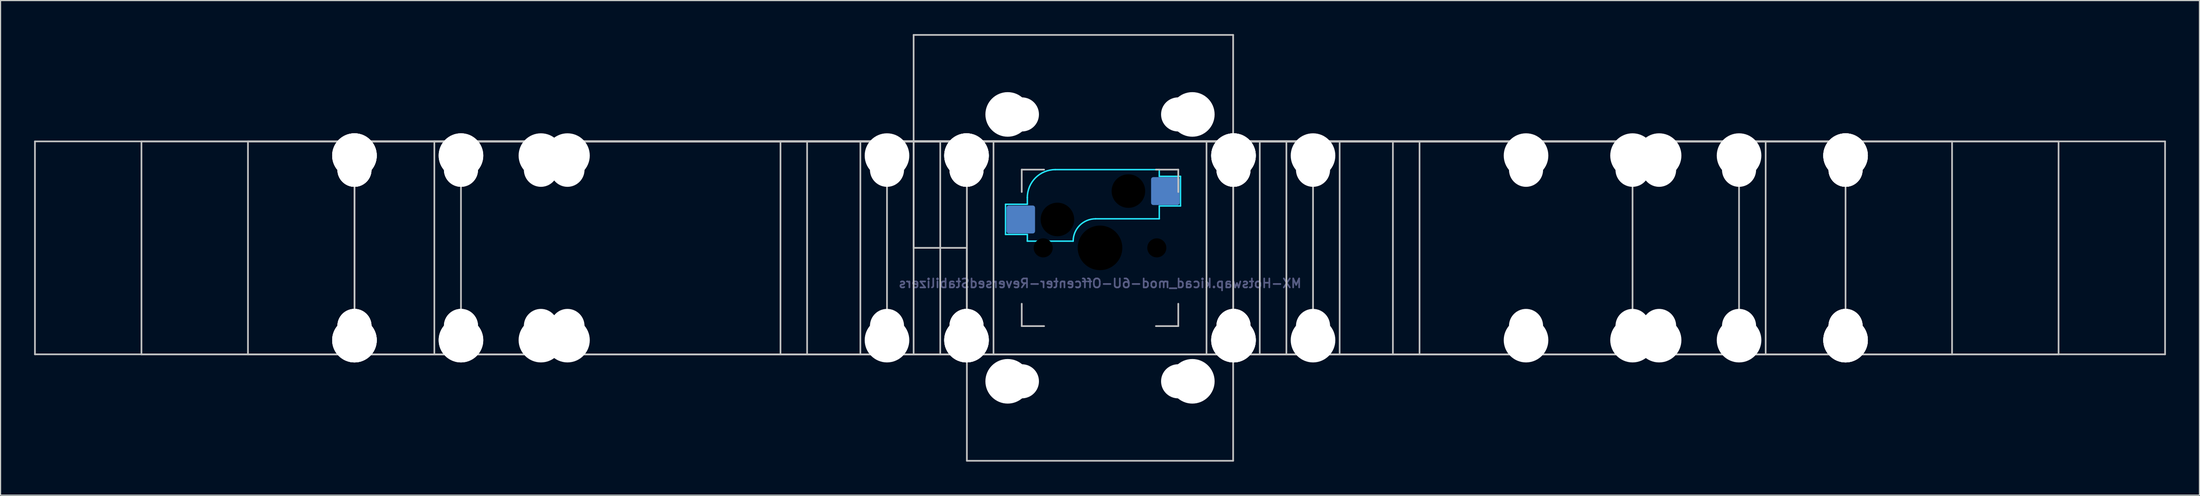
<source format=kicad_pcb>
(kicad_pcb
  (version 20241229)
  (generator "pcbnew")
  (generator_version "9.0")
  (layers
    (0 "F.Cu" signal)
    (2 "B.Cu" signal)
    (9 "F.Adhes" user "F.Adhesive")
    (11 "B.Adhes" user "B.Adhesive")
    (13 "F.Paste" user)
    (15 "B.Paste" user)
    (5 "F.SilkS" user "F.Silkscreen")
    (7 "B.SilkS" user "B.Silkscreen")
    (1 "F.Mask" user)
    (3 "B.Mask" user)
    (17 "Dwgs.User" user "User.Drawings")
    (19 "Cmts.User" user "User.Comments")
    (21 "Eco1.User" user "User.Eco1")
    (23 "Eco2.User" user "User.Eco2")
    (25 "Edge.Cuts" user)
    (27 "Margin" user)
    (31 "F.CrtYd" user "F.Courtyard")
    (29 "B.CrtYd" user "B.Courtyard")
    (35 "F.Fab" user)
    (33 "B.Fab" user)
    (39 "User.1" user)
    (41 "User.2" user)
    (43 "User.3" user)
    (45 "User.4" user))
  (footprint "MX-Hotswap.kicad_mod-6U-Offcenter-ReversedStabilizers"
    (layer "F.Cu")
    (at 95.325 19.125)
    (property "Reference" "MX-Hotswap.kicad_mod-6U-Offcenter-ReversedStabilizers" (at 0 3.175 0) (layer "B.Fab") (effects (font (size 0.8 0.8) (thickness 0.15)) (justify mirror)))
    (attr smd)
    (fp_line (start -95.25 9.525) (end -95.25 -9.525) (stroke (width 0.15) (type solid)) (layer "Dwgs.User"))
    (fp_line (start -85.725 9.525) (end -85.725 -9.525) (stroke (width 0.15) (type solid)) (layer "Dwgs.User"))
    (fp_line (start -76.2 9.525) (end -76.2 -9.525) (stroke (width 0.15) (type solid)) (layer "Dwgs.User"))
    (fp_line (start -66.675 -9.525) (end 47.625 -9.525) (stroke (width 0.15) (type solid)) (layer "Dwgs.User"))
    (fp_line (start -66.675 9.525) (end -66.675 -9.525) (stroke (width 0.15) (type solid)) (layer "Dwgs.User"))
    (fp_line (start -66.675 9.525) (end -66.675 -9.525) (stroke (width 0.15) (type solid)) (layer "Dwgs.User"))
    (fp_line (start -66.675 9.525) (end 47.625 9.525) (stroke (width 0.15) (type solid)) (layer "Dwgs.User"))
    (fp_line (start -59.531 9.525) (end -59.531 -9.525) (stroke (width 0.15) (type solid)) (layer "Dwgs.User"))
    (fp_line (start -57.15 9.525) (end -57.15 -9.525) (stroke (width 0.15) (type solid)) (layer "Dwgs.User"))
    (fp_line (start -28.575 9.525) (end -28.575 -9.525) (stroke (width 0.15) (type solid)) (layer "Dwgs.User"))
    (fp_line (start -26.194 9.525) (end -26.194 -9.525) (stroke (width 0.15) (type solid)) (layer "Dwgs.User"))
    (fp_line (start -21.431 9.525) (end -21.431 -9.525) (stroke (width 0.15) (type solid)) (layer "Dwgs.User"))
    (fp_line (start -19.05 9.525) (end -19.05 -9.525) (stroke (width 0.15) (type solid)) (layer "Dwgs.User"))
    (fp_line (start -16.669 -19.05) (end -16.669 0) (stroke (width 0.15) (type solid)) (layer "Dwgs.User"))
    (fp_line (start -16.669 -19.05) (end 11.906 -19.05) (stroke (width 0.15) (type solid)) (layer "Dwgs.User"))
    (fp_line (start -16.669 9.525) (end -16.669 -9.525) (stroke (width 0.15) (type solid)) (layer "Dwgs.User"))
    (fp_line (start -14.287 9.525) (end -14.287 -9.525) (stroke (width 0.15) (type solid)) (layer "Dwgs.User"))
    (fp_line (start -11.906 0) (end -16.669 0) (stroke (width 0.15) (type solid)) (layer "Dwgs.User"))
    (fp_line (start -11.906 9.525) (end -11.906 -9.525) (stroke (width 0.15) (type solid)) (layer "Dwgs.User"))
    (fp_line (start -11.906 19.05) (end -11.906 0) (stroke (width 0.15) (type solid)) (layer "Dwgs.User"))
    (fp_line (start -11.906 19.05) (end 11.906 19.05) (stroke (width 0.15) (type solid)) (layer "Dwgs.User"))
    (fp_line (start -9.525 9.525) (end -9.525 -9.525) (stroke (width 0.15) (type solid)) (layer "Dwgs.User"))
    (fp_line (start -7 -7) (end -7 -5) (stroke (width 0.15) (type solid)) (layer "Dwgs.User"))
    (fp_line (start -7 5) (end -7 7) (stroke (width 0.15) (type solid)) (layer "Dwgs.User"))
    (fp_line (start -7 7) (end -5 7) (stroke (width 0.15) (type solid)) (layer "Dwgs.User"))
    (fp_line (start -5 -7) (end -7 -7) (stroke (width 0.15) (type solid)) (layer "Dwgs.User"))
    (fp_line (start 5 -7) (end 7 -7) (stroke (width 0.15) (type solid)) (layer "Dwgs.User"))
    (fp_line (start 5 7) (end 7 7) (stroke (width 0.15) (type solid)) (layer "Dwgs.User"))
    (fp_line (start 7 -7) (end 7 -5) (stroke (width 0.15) (type solid)) (layer "Dwgs.User"))
    (fp_line (start 7 7) (end 7 5) (stroke (width 0.15) (type solid)) (layer "Dwgs.User"))
    (fp_line (start 9.525 -9.525) (end -9.525 -9.525) (stroke (width 0.15) (type solid)) (layer "Dwgs.User"))
    (fp_line (start 9.525 9.525) (end -9.525 9.525) (stroke (width 0.15) (type solid)) (layer "Dwgs.User"))
    (fp_line (start 9.525 9.525) (end 9.525 -9.525) (stroke (width 0.15) (type solid)) (layer "Dwgs.User"))
    (fp_line (start 11.906 -19.05) (end 11.906 19.05) (stroke (width 0.15) (type solid)) (layer "Dwgs.User"))
    (fp_line (start 11.906 -9.525) (end -11.906 -9.525) (stroke (width 0.15) (type solid)) (layer "Dwgs.User"))
    (fp_line (start 11.906 9.525) (end -11.906 9.525) (stroke (width 0.15) (type solid)) (layer "Dwgs.User"))
    (fp_line (start 11.906 9.525) (end 11.906 -9.525) (stroke (width 0.15) (type solid)) (layer "Dwgs.User"))
    (fp_line (start 14.287 -9.525) (end -14.287 -9.525) (stroke (width 0.15) (type solid)) (layer "Dwgs.User"))
    (fp_line (start 14.287 9.525) (end -14.287 9.525) (stroke (width 0.15) (type solid)) (layer "Dwgs.User"))
    (fp_line (start 14.287 9.525) (end 14.287 -9.525) (stroke (width 0.15) (type solid)) (layer "Dwgs.User"))
    (fp_line (start 16.669 -9.525) (end -16.669 -9.525) (stroke (width 0.15) (type solid)) (layer "Dwgs.User"))
    (fp_line (start 16.669 9.525) (end -16.669 9.525) (stroke (width 0.15) (type solid)) (layer "Dwgs.User"))
    (fp_line (start 16.669 9.525) (end 16.669 -9.525) (stroke (width 0.15) (type solid)) (layer "Dwgs.User"))
    (fp_line (start 19.05 -9.525) (end -19.05 -9.525) (stroke (width 0.15) (type solid)) (layer "Dwgs.User"))
    (fp_line (start 19.05 9.525) (end -19.05 9.525) (stroke (width 0.15) (type solid)) (layer "Dwgs.User"))
    (fp_line (start 19.05 9.525) (end 19.05 -9.525) (stroke (width 0.15) (type solid)) (layer "Dwgs.User"))
    (fp_line (start 21.431 -9.525) (end -21.431 -9.525) (stroke (width 0.15) (type solid)) (layer "Dwgs.User"))
    (fp_line (start 21.431 9.525) (end -21.431 9.525) (stroke (width 0.15) (type solid)) (layer "Dwgs.User"))
    (fp_line (start 21.431 9.525) (end 21.431 -9.525) (stroke (width 0.15) (type solid)) (layer "Dwgs.User"))
    (fp_line (start 26.194 -9.525) (end -26.194 -9.525) (stroke (width 0.15) (type solid)) (layer "Dwgs.User"))
    (fp_line (start 26.194 9.525) (end -26.194 9.525) (stroke (width 0.15) (type solid)) (layer "Dwgs.User"))
    (fp_line (start 26.194 9.525) (end 26.194 -9.525) (stroke (width 0.15) (type solid)) (layer "Dwgs.User"))
    (fp_line (start 28.575 -9.525) (end -28.575 -9.525) (stroke (width 0.15) (type solid)) (layer "Dwgs.User"))
    (fp_line (start 28.575 9.525) (end -28.575 9.525) (stroke (width 0.15) (type solid)) (layer "Dwgs.User"))
    (fp_line (start 28.575 9.525) (end 28.575 -9.525) (stroke (width 0.15) (type solid)) (layer "Dwgs.User"))
    (fp_line (start 47.625 9.525) (end 47.625 -9.525) (stroke (width 0.15) (type solid)) (layer "Dwgs.User"))
    (fp_line (start 57.15 -9.525) (end -57.15 -9.525) (stroke (width 0.15) (type solid)) (layer "Dwgs.User"))
    (fp_line (start 57.15 9.525) (end -57.15 9.525) (stroke (width 0.15) (type solid)) (layer "Dwgs.User"))
    (fp_line (start 57.15 9.525) (end 57.15 -9.525) (stroke (width 0.15) (type solid)) (layer "Dwgs.User"))
    (fp_line (start 59.531 -9.525) (end -59.531 -9.525) (stroke (width 0.15) (type solid)) (layer "Dwgs.User"))
    (fp_line (start 59.531 9.525) (end -59.531 9.525) (stroke (width 0.15) (type solid)) (layer "Dwgs.User"))
    (fp_line (start 59.531 9.525) (end 59.531 -9.525) (stroke (width 0.15) (type solid)) (layer "Dwgs.User"))
    (fp_line (start 66.675 -9.525) (end -66.675 -9.525) (stroke (width 0.15) (type solid)) (layer "Dwgs.User"))
    (fp_line (start 66.675 9.525) (end -66.675 9.525) (stroke (width 0.15) (type solid)) (layer "Dwgs.User"))
    (fp_line (start 66.675 9.525) (end 66.675 -9.525) (stroke (width 0.15) (type solid)) (layer "Dwgs.User"))
    (fp_line (start 76.2 -9.525) (end -76.2 -9.525) (stroke (width 0.15) (type solid)) (layer "Dwgs.User"))
    (fp_line (start 76.2 9.525) (end -76.2 9.525) (stroke (width 0.15) (type solid)) (layer "Dwgs.User"))
    (fp_line (start 76.2 9.525) (end 76.2 -9.525) (stroke (width 0.15) (type solid)) (layer "Dwgs.User"))
    (fp_line (start 85.725 -9.525) (end -85.725 -9.525) (stroke (width 0.15) (type solid)) (layer "Dwgs.User"))
    (fp_line (start 85.725 9.525) (end -85.725 9.525) (stroke (width 0.15) (type solid)) (layer "Dwgs.User"))
    (fp_line (start 85.725 9.525) (end 85.725 -9.525) (stroke (width 0.15) (type solid)) (layer "Dwgs.User"))
    (fp_line (start 95.25 -9.525) (end -95.25 -9.525) (stroke (width 0.15) (type solid)) (layer "Dwgs.User"))
    (fp_line (start 95.25 9.525) (end -95.25 9.525) (stroke (width 0.15) (type solid)) (layer "Dwgs.User"))
    (fp_line (start 95.25 9.525) (end 95.25 -9.525) (stroke (width 0.15) (type solid)) (layer "Dwgs.User"))
    (fp_line (start -8.45 -3.9) (end -8.45 -1.2) (stroke (width 0.127) (type solid)) (layer "B.CrtYd"))
    (fp_line (start -8.45 -1.2) (end -6.5 -1.2) (stroke (width 0.127) (type solid)) (layer "B.CrtYd"))
    (fp_line (start -6.5 -4.5) (end -6.5 -3.9) (stroke (width 0.127) (type solid)) (layer "B.CrtYd"))
    (fp_line (start -6.5 -3.9) (end -8.45 -3.9) (stroke (width 0.127) (type solid)) (layer "B.CrtYd"))
    (fp_line (start -6.5 -0.6) (end -6.5 -1.2) (stroke (width 0.127) (type solid)) (layer "B.CrtYd"))
    (fp_line (start -6.5 -0.6) (end -2.4 -0.6) (stroke (width 0.127) (type solid)) (layer "B.CrtYd"))
    (fp_line (start -0.4 -2.6) (end 5.3 -2.6) (stroke (width 0.127) (type solid)) (layer "B.CrtYd"))
    (fp_line (start 5.3 -7) (end -4 -7) (stroke (width 0.127) (type solid)) (layer "B.CrtYd"))
    (fp_line (start 5.3 -7) (end 5.3 -6.4) (stroke (width 0.127) (type solid)) (layer "B.CrtYd"))
    (fp_line (start 5.3 -6.4) (end 7.2 -6.4) (stroke (width 0.127) (type solid)) (layer "B.CrtYd"))
    (fp_line (start 5.3 -2.6) (end 5.3 -3.75) (stroke (width 0.127) (type solid)) (layer "B.CrtYd"))
    (fp_line (start 7.2 -6.4) (end 7.2 -3.75) (stroke (width 0.127) (type solid)) (layer "B.CrtYd"))
    (fp_line (start 7.2 -3.75) (end 5.3 -3.75) (stroke (width 0.127) (type solid)) (layer "B.CrtYd"))
    (fp_arc (start -6.5 -4.5) (mid -5.767767 -6.267767) (end -4 -7) (stroke (width 0.127) (type solid)) (layer "B.CrtYd"))
    (fp_arc (start -2.4 -0.6) (mid -1.814214 -2.014214) (end -0.4 -2.6) (stroke (width 0.127) (type solid)) (layer "B.CrtYd"))
    (pad "" np_thru_hole circle (at -66.675 -8.255) (size 3.988 3.988) (drill 3.988) (layers "*.Cu" "*.Mask"))
    (pad "" np_thru_hole circle (at -66.675 -8.255) (size 3.988 3.988) (drill 3.988) (layers "*.Cu" "*.Mask"))
    (pad "" np_thru_hole circle (at -66.675 -8.255) (size 3.988 3.988) (drill 3.988) (layers "*.Cu" "*.Mask"))
    (pad "" np_thru_hole circle (at -66.675 -6.985) (size 3.048 3.048) (drill 3.048) (layers "*.Cu" "*.Mask"))
    (pad "" np_thru_hole circle (at -66.675 -6.985) (size 3.048 3.048) (drill 3.048) (layers "*.Cu" "*.Mask"))
    (pad "" np_thru_hole circle (at -66.675 -6.985) (size 3.048 3.048) (drill 3.048) (layers "*.Cu" "*.Mask"))
    (pad "" np_thru_hole circle (at -66.675 6.985) (size 3.048 3.048) (drill 3.048) (layers "*.Cu" "*.Mask"))
    (pad "" np_thru_hole circle (at -66.675 6.985) (size 3.048 3.048) (drill 3.048) (layers "*.Cu" "*.Mask"))
    (pad "" np_thru_hole circle (at -66.675 6.985) (size 3.048 3.048) (drill 3.048) (layers "*.Cu" "*.Mask"))
    (pad "" np_thru_hole circle (at -66.675 8.255) (size 3.988 3.988) (drill 3.988) (layers "*.Cu" "*.Mask"))
    (pad "" np_thru_hole circle (at -66.675 8.255) (size 3.988 3.988) (drill 3.988) (layers "*.Cu" "*.Mask"))
    (pad "" np_thru_hole circle (at -66.675 8.255) (size 3.988 3.988) (drill 3.988) (layers "*.Cu" "*.Mask"))
    (pad "" np_thru_hole circle (at -57.15 -8.255) (size 3.988 3.988) (drill 3.988) (layers "*.Cu" "*.Mask"))
    (pad "" np_thru_hole circle (at -57.15 -8.255) (size 3.988 3.988) (drill 3.988) (layers "*.Cu" "*.Mask"))
    (pad "" np_thru_hole circle (at -57.15 -6.985) (size 3.048 3.048) (drill 3.048) (layers "*.Cu" "*.Mask"))
    (pad "" np_thru_hole circle (at -57.15 -6.985) (size 3.048 3.048) (drill 3.048) (layers "*.Cu" "*.Mask"))
    (pad "" np_thru_hole circle (at -57.15 6.985) (size 3.048 3.048) (drill 3.048) (layers "*.Cu" "*.Mask"))
    (pad "" np_thru_hole circle (at -57.15 6.985) (size 3.048 3.048) (drill 3.048) (layers "*.Cu" "*.Mask"))
    (pad "" np_thru_hole circle (at -57.15 8.255) (size 3.988 3.988) (drill 3.988) (layers "*.Cu" "*.Mask"))
    (pad "" np_thru_hole circle (at -57.15 8.255) (size 3.988 3.988) (drill 3.988) (layers "*.Cu" "*.Mask"))
    (pad "" np_thru_hole circle (at -50 -8.255) (size 3.988 3.988) (drill 3.988) (layers "*.Cu" "*.Mask"))
    (pad "" np_thru_hole circle (at -50 -6.985) (size 3.048 3.048) (drill 3.048) (layers "*.Cu" "*.Mask"))
    (pad "" np_thru_hole circle (at -50 6.985) (size 3.048 3.048) (drill 3.048) (layers "*.Cu" "*.Mask"))
    (pad "" np_thru_hole circle (at -50 8.255) (size 3.988 3.988) (drill 3.988) (layers "*.Cu" "*.Mask"))
    (pad "" np_thru_hole circle (at -47.625 -8.255) (size 3.988 3.988) (drill 3.988) (layers "*.Cu" "*.Mask"))
    (pad "" np_thru_hole circle (at -47.625 -6.985) (size 3.048 3.048) (drill 3.048) (layers "*.Cu" "*.Mask"))
    (pad "" np_thru_hole circle (at -47.625 6.985) (size 3.048 3.048) (drill 3.048) (layers "*.Cu" "*.Mask"))
    (pad "" np_thru_hole circle (at -47.625 8.255) (size 3.988 3.988) (drill 3.988) (layers "*.Cu" "*.Mask"))
    (pad "" np_thru_hole circle (at -19.05 -8.255) (size 3.988 3.988) (drill 3.988) (layers "*.Cu" "*.Mask"))
    (pad "" np_thru_hole circle (at -19.05 -6.985) (size 3.048 3.048) (drill 3.048) (layers "*.Cu" "*.Mask"))
    (pad "" np_thru_hole circle (at -19.05 6.985) (size 3.048 3.048) (drill 3.048) (layers "*.Cu" "*.Mask"))
    (pad "" np_thru_hole circle (at -19.05 8.255) (size 3.988 3.988) (drill 3.988) (layers "*.Cu" "*.Mask"))
    (pad "" np_thru_hole circle (at -11.938 -8.255) (size 3.988 3.988) (drill 3.988) (layers "*.Cu" "*.Mask"))
    (pad "" np_thru_hole circle (at -11.938 -8.255) (size 3.988 3.988) (drill 3.988) (layers "*.Cu" "*.Mask"))
    (pad "" np_thru_hole circle (at -11.938 -8.255) (size 3.988 3.988) (drill 3.988) (layers "*.Cu" "*.Mask"))
    (pad "" np_thru_hole circle (at -11.938 -6.985) (size 3.048 3.048) (drill 3.048) (layers "*.Cu" "*.Mask"))
    (pad "" np_thru_hole circle (at -11.938 -6.985) (size 3.048 3.048) (drill 3.048) (layers "*.Cu" "*.Mask"))
    (pad "" np_thru_hole circle (at -11.938 -6.985) (size 3.048 3.048) (drill 3.048) (layers "*.Cu" "*.Mask"))
    (pad "" np_thru_hole circle (at -11.938 6.985) (size 3.048 3.048) (drill 3.048) (layers "*.Cu" "*.Mask"))
    (pad "" np_thru_hole circle (at -11.938 6.985) (size 3.048 3.048) (drill 3.048) (layers "*.Cu" "*.Mask"))
    (pad "" np_thru_hole circle (at -11.938 6.985) (size 3.048 3.048) (drill 3.048) (layers "*.Cu" "*.Mask"))
    (pad "" np_thru_hole circle (at -11.938 8.255) (size 3.988 3.988) (drill 3.988) (layers "*.Cu" "*.Mask"))
    (pad "" np_thru_hole circle (at -11.938 8.255) (size 3.988 3.988) (drill 3.988) (layers "*.Cu" "*.Mask"))
    (pad "" np_thru_hole circle (at -11.938 8.255) (size 3.988 3.988) (drill 3.988) (layers "*.Cu" "*.Mask"))
    (pad "" np_thru_hole circle (at -8.255 -11.938) (size 3.988 3.988) (drill 3.988) (layers "*.Cu" "*.Mask"))
    (pad "" np_thru_hole circle (at -8.255 11.938) (size 3.988 3.988) (drill 3.988) (layers "*.Cu" "*.Mask"))
    (pad "" np_thru_hole circle (at -6.985 -11.938) (size 3.048 3.048) (drill 3.048) (layers "*.Cu" "*.Mask"))
    (pad "" np_thru_hole circle (at -6.985 11.938) (size 3.048 3.048) (drill 3.048) (layers "*.Cu" "*.Mask"))
    (pad "" np_thru_hole circle (at -5.08 0 48.099) (size 1.702 1.702) (drill 1.702) (layers "*.Mask"))
    (pad "" np_thru_hole circle (at -3.81 -2.54) (size 3 3) (drill 3) (layers "*.Mask"))
    (pad "" np_thru_hole circle (at 0 0) (size 3.988 3.988) (drill 3.988) (layers "*.Mask"))
    (pad "" np_thru_hole circle (at 2.54 -5.08) (size 3 3) (drill 3) (layers "*.Mask"))
    (pad "" np_thru_hole circle (at 5.08 0 48.099) (size 1.702 1.702) (drill 1.702) (layers "*.Mask"))
    (pad "" np_thru_hole circle (at 6.985 -11.938) (size 3.048 3.048) (drill 3.048) (layers "*.Cu" "*.Mask"))
    (pad "" np_thru_hole circle (at 6.985 11.938) (size 3.048 3.048) (drill 3.048) (layers "*.Cu" "*.Mask"))
    (pad "" np_thru_hole circle (at 8.255 -11.938) (size 3.988 3.988) (drill 3.988) (layers "*.Cu" "*.Mask"))
    (pad "" np_thru_hole circle (at 8.255 11.938) (size 3.988 3.988) (drill 3.988) (layers "*.Cu" "*.Mask"))
    (pad "" np_thru_hole circle (at 11.938 -8.255) (size 3.988 3.988) (drill 3.988) (layers "*.Cu" "*.Mask"))
    (pad "" np_thru_hole circle (at 11.938 -8.255) (size 3.988 3.988) (drill 3.988) (layers "*.Cu" "*.Mask"))
    (pad "" np_thru_hole circle (at 11.938 -8.255) (size 3.988 3.988) (drill 3.988) (layers "*.Cu" "*.Mask"))
    (pad "" np_thru_hole circle (at 11.938 -6.985) (size 3.048 3.048) (drill 3.048) (layers "*.Cu" "*.Mask"))
    (pad "" np_thru_hole circle (at 11.938 -6.985) (size 3.048 3.048) (drill 3.048) (layers "*.Cu" "*.Mask"))
    (pad "" np_thru_hole circle (at 11.938 -6.985) (size 3.048 3.048) (drill 3.048) (layers "*.Cu" "*.Mask"))
    (pad "" np_thru_hole circle (at 11.938 6.985) (size 3.048 3.048) (drill 3.048) (layers "*.Cu" "*.Mask"))
    (pad "" np_thru_hole circle (at 11.938 6.985) (size 3.048 3.048) (drill 3.048) (layers "*.Cu" "*.Mask"))
    (pad "" np_thru_hole circle (at 11.938 6.985) (size 3.048 3.048) (drill 3.048) (layers "*.Cu" "*.Mask"))
    (pad "" np_thru_hole circle (at 11.938 8.255) (size 3.988 3.988) (drill 3.988) (layers "*.Cu" "*.Mask"))
    (pad "" np_thru_hole circle (at 11.938 8.255) (size 3.988 3.988) (drill 3.988) (layers "*.Cu" "*.Mask"))
    (pad "" np_thru_hole circle (at 11.938 8.255) (size 3.988 3.988) (drill 3.988) (layers "*.Cu" "*.Mask"))
    (pad "" np_thru_hole circle (at 19.05 -8.255) (size 3.988 3.988) (drill 3.988) (layers "*.Cu" "*.Mask"))
    (pad "" np_thru_hole circle (at 19.05 -6.985) (size 3.048 3.048) (drill 3.048) (layers "*.Cu" "*.Mask"))
    (pad "" np_thru_hole circle (at 19.05 6.985) (size 3.048 3.048) (drill 3.048) (layers "*.Cu" "*.Mask"))
    (pad "" np_thru_hole circle (at 19.05 8.255) (size 3.988 3.988) (drill 3.988) (layers "*.Cu" "*.Mask"))
    (pad "" np_thru_hole circle (at 38.1 -8.255) (size 3.988 3.988) (drill 3.988) (layers "*.Cu" "*.Mask"))
    (pad "" np_thru_hole circle (at 38.1 -6.985) (size 3.048 3.048) (drill 3.048) (layers "*.Cu" "*.Mask"))
    (pad "" np_thru_hole circle (at 38.1 6.985) (size 3.048 3.048) (drill 3.048) (layers "*.Cu" "*.Mask"))
    (pad "" np_thru_hole circle (at 38.1 8.255) (size 3.988 3.988) (drill 3.988) (layers "*.Cu" "*.Mask"))
    (pad "" np_thru_hole circle (at 47.625 -8.255) (size 3.988 3.988) (drill 3.988) (layers "*.Cu" "*.Mask"))
    (pad "" np_thru_hole circle (at 47.625 -6.985) (size 3.048 3.048) (drill 3.048) (layers "*.Cu" "*.Mask"))
    (pad "" np_thru_hole circle (at 47.625 6.985) (size 3.048 3.048) (drill 3.048) (layers "*.Cu" "*.Mask"))
    (pad "" np_thru_hole circle (at 47.625 8.255) (size 3.988 3.988) (drill 3.988) (layers "*.Cu" "*.Mask"))
    (pad "" np_thru_hole circle (at 50 -8.255) (size 3.988 3.988) (drill 3.988) (layers "*.Cu" "*.Mask"))
    (pad "" np_thru_hole circle (at 50 -6.985) (size 3.048 3.048) (drill 3.048) (layers "*.Cu" "*.Mask"))
    (pad "" np_thru_hole circle (at 50 6.985) (size 3.048 3.048) (drill 3.048) (layers "*.Cu" "*.Mask"))
    (pad "" np_thru_hole circle (at 50 8.255) (size 3.988 3.988) (drill 3.988) (layers "*.Cu" "*.Mask"))
    (pad "" np_thru_hole circle (at 57.15 -8.255) (size 3.988 3.988) (drill 3.988) (layers "*.Cu" "*.Mask"))
    (pad "" np_thru_hole circle (at 57.15 -6.985) (size 3.048 3.048) (drill 3.048) (layers "*.Cu" "*.Mask"))
    (pad "" np_thru_hole circle (at 57.15 6.985) (size 3.048 3.048) (drill 3.048) (layers "*.Cu" "*.Mask"))
    (pad "" np_thru_hole circle (at 57.15 8.255) (size 3.988 3.988) (drill 3.988) (layers "*.Cu" "*.Mask"))
    (pad "" np_thru_hole circle (at 66.675 -8.255) (size 3.988 3.988) (drill 3.988) (layers "*.Cu" "*.Mask"))
    (pad "" np_thru_hole circle (at 66.675 -8.255) (size 3.988 3.988) (drill 3.988) (layers "*.Cu" "*.Mask"))
    (pad "" np_thru_hole circle (at 66.675 -8.255) (size 3.988 3.988) (drill 3.988) (layers "*.Cu" "*.Mask"))
    (pad "" np_thru_hole circle (at 66.675 -6.985) (size 3.048 3.048) (drill 3.048) (layers "*.Cu" "*.Mask"))
    (pad "" np_thru_hole circle (at 66.675 -6.985) (size 3.048 3.048) (drill 3.048) (layers "*.Cu" "*.Mask"))
    (pad "" np_thru_hole circle (at 66.675 -6.985) (size 3.048 3.048) (drill 3.048) (layers "*.Cu" "*.Mask"))
    (pad "" np_thru_hole circle (at 66.675 6.985) (size 3.048 3.048) (drill 3.048) (layers "*.Cu" "*.Mask"))
    (pad "" np_thru_hole circle (at 66.675 6.985) (size 3.048 3.048) (drill 3.048) (layers "*.Cu" "*.Mask"))
    (pad "" np_thru_hole circle (at 66.675 6.985) (size 3.048 3.048) (drill 3.048) (layers "*.Cu" "*.Mask"))
    (pad "" np_thru_hole circle (at 66.675 8.255) (size 3.988 3.988) (drill 3.988) (layers "*.Cu" "*.Mask"))
    (pad "" np_thru_hole circle (at 66.675 8.255) (size 3.988 3.988) (drill 3.988) (layers "*.Cu" "*.Mask"))
    (pad "" np_thru_hole circle (at 66.675 8.255) (size 3.988 3.988) (drill 3.988) (layers "*.Cu" "*.Mask"))
    (pad "1" smd roundrect (at -7.085 -2.54) (size 2.55 2.5) (layers "B.Cu" "B.Mask" "B.Paste") (roundrect_rratio 0.08))
    (pad "2" smd roundrect (at 5.842 -5.08) (size 2.55 2.5) (layers "B.Cu" "B.Mask" "B.Paste") (roundrect_rratio 0.08)))
  (gr_rect
    (start -3 -3)
    (end 193.65 41.25)
    (stroke (width 0.1) (type default))
    (fill no)
    (layer "Edge.Cuts")))
</source>
